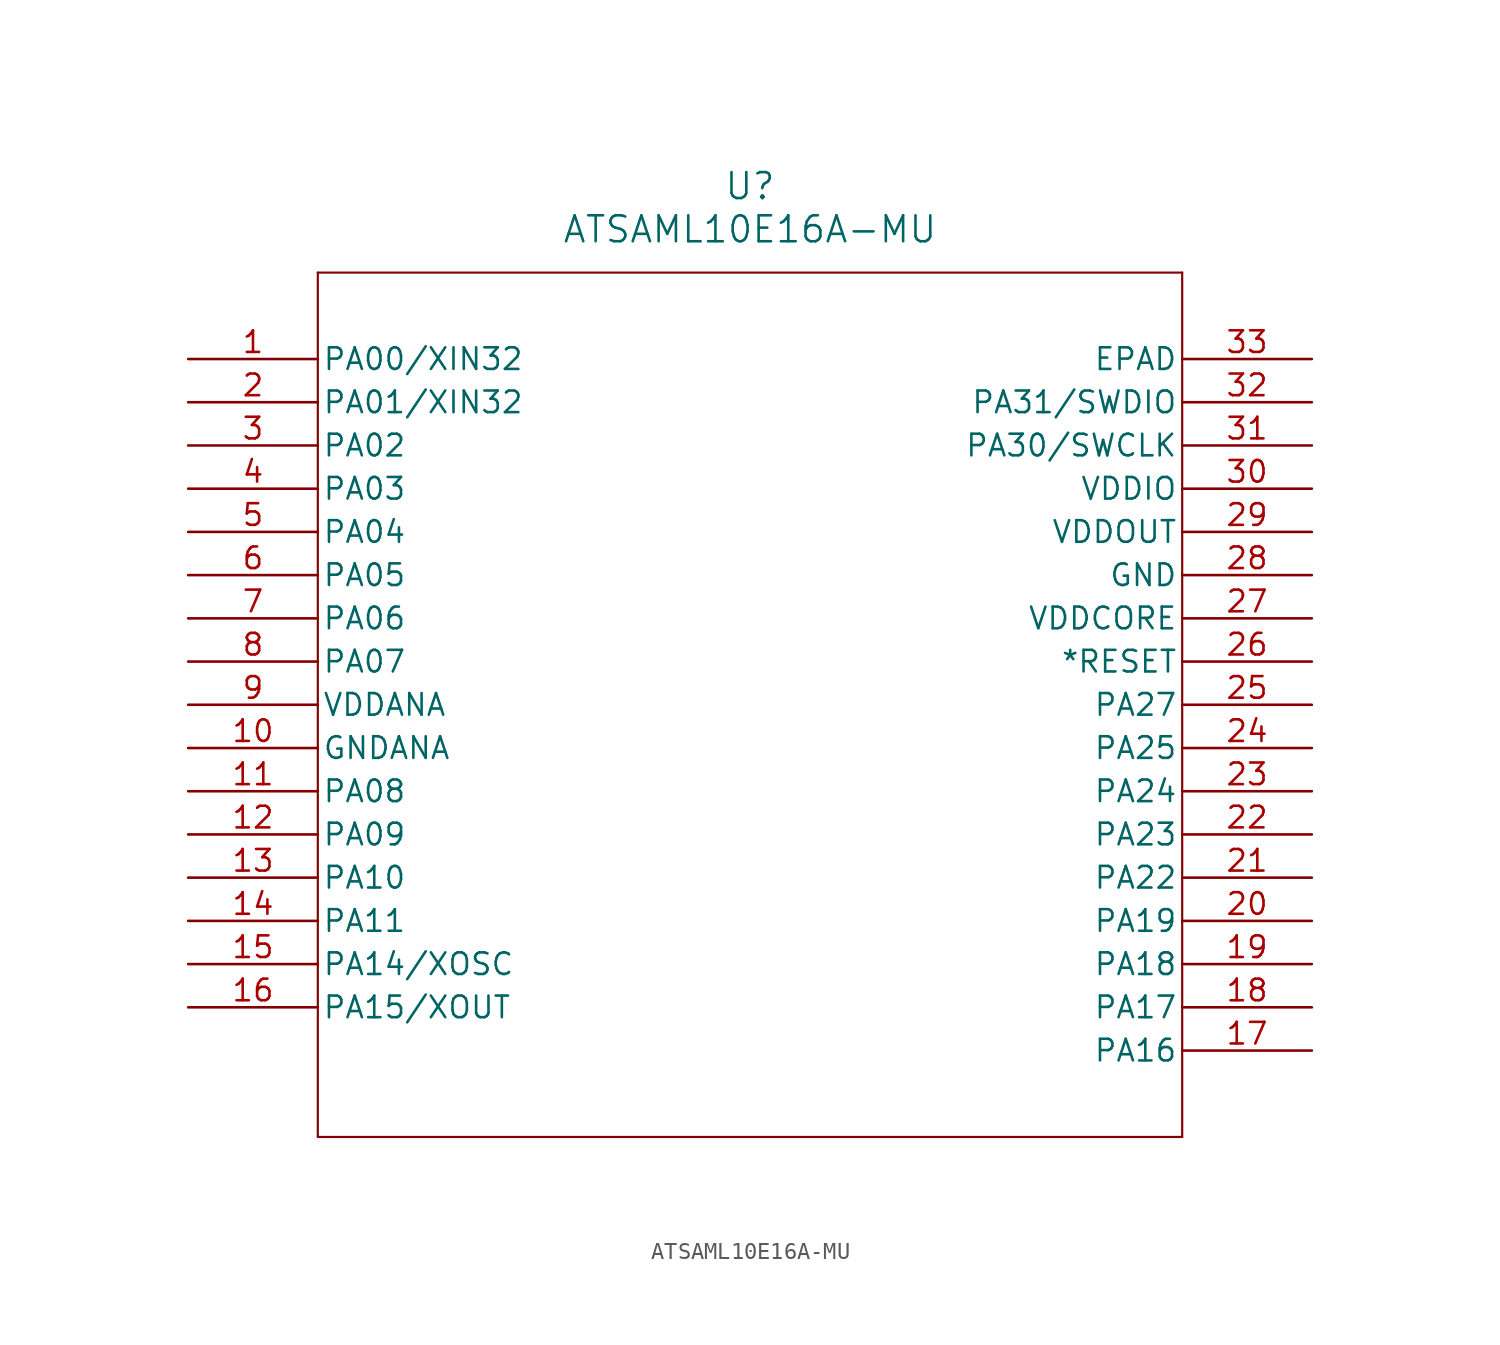
<source format=kicad_sym>
(kicad_symbol_lib
  (version 20211014)
  (generator kicad_symbol_editor)
  (symbol "ATSAML10E16A-MU"
    (pin_names
      (offset 0.254))
    (property "Reference" "U"
      (at 33.02 10.16 0)
      (effects (font (size 1.524 1.524))))
    (property "Value" "ATSAML10E16A-MU"
      (at 33.02 7.62 0)
      (effects (font (size 1.524 1.524))))
    (symbol "ATSAML10E16A-MU_0_1"
      (polyline (pts (xy 7.62 5.08) (xy 7.62 -45.72)) (stroke (width 0.127) (type default) (color 0 0 0 0)) (fill (type none)))
      (polyline (pts (xy 7.62 -45.72) (xy 58.42 -45.72)) (stroke (width 0.127) (type default) (color 0 0 0 0)) (fill (type none)))
      (polyline (pts (xy 58.42 -45.72) (xy 58.42 5.08)) (stroke (width 0.127) (type default) (color 0 0 0 0)) (fill (type none)))
      (polyline (pts (xy 58.42 5.08) (xy 7.62 5.08)) (stroke (width 0.127) (type default) (color 0 0 0 0)) (fill (type none)))
      (pin input line (at 0 0 0) (length 7.62) (name "PA00/XIN32" (effects (font (size 1.27 1.27)))) (number "1" (effects (font (size 1.27 1.27)))))
      (pin input line (at 0 -2.54 0) (length 7.62) (name "PA01/XIN32" (effects (font (size 1.27 1.27)))) (number "2" (effects (font (size 1.27 1.27)))))
      (pin bidirectional line (at 0 -5.08 0) (length 7.62) (name "PA02" (effects (font (size 1.27 1.27)))) (number "3" (effects (font (size 1.27 1.27)))))
      (pin bidirectional line (at 0 -7.62 0) (length 7.62) (name "PA03" (effects (font (size 1.27 1.27)))) (number "4" (effects (font (size 1.27 1.27)))))
      (pin bidirectional line (at 0 -10.16 0) (length 7.62) (name "PA04" (effects (font (size 1.27 1.27)))) (number "5" (effects (font (size 1.27 1.27)))))
      (pin bidirectional line (at 0 -12.7 0) (length 7.62) (name "PA05" (effects (font (size 1.27 1.27)))) (number "6" (effects (font (size 1.27 1.27)))))
      (pin bidirectional line (at 0 -15.24 0) (length 7.62) (name "PA06" (effects (font (size 1.27 1.27)))) (number "7" (effects (font (size 1.27 1.27)))))
      (pin bidirectional line (at 0 -17.78 0) (length 7.62) (name "PA07" (effects (font (size 1.27 1.27)))) (number "8" (effects (font (size 1.27 1.27)))))
      (pin power_in line (at 0 -20.32 0) (length 7.62) (name "VDDANA" (effects (font (size 1.27 1.27)))) (number "9" (effects (font (size 1.27 1.27)))))
      (pin power_out line (at 0 -22.86 0) (length 7.62) (name "GNDANA" (effects (font (size 1.27 1.27)))) (number "10" (effects (font (size 1.27 1.27)))))
      (pin bidirectional line (at 0 -25.4 0) (length 7.62) (name "PA08" (effects (font (size 1.27 1.27)))) (number "11" (effects (font (size 1.27 1.27)))))
      (pin bidirectional line (at 0 -27.94 0) (length 7.62) (name "PA09" (effects (font (size 1.27 1.27)))) (number "12" (effects (font (size 1.27 1.27)))))
      (pin bidirectional line (at 0 -30.48 0) (length 7.62) (name "PA10" (effects (font (size 1.27 1.27)))) (number "13" (effects (font (size 1.27 1.27)))))
      (pin bidirectional line (at 0 -33.02 0) (length 7.62) (name "PA11" (effects (font (size 1.27 1.27)))) (number "14" (effects (font (size 1.27 1.27)))))
      (pin bidirectional line (at 0 -35.56 0) (length 7.62) (name "PA14/XOSC" (effects (font (size 1.27 1.27)))) (number "15" (effects (font (size 1.27 1.27)))))
      (pin output line (at 0 -38.1 0) (length 7.62) (name "PA15/XOUT" (effects (font (size 1.27 1.27)))) (number "16" (effects (font (size 1.27 1.27)))))
      (pin bidirectional line (at 66.04 -40.64 180) (length 7.62) (name "PA16" (effects (font (size 1.27 1.27)))) (number "17" (effects (font (size 1.27 1.27)))))
      (pin bidirectional line (at 66.04 -38.1 180) (length 7.62) (name "PA17" (effects (font (size 1.27 1.27)))) (number "18" (effects (font (size 1.27 1.27)))))
      (pin bidirectional line (at 66.04 -35.56 180) (length 7.62) (name "PA18" (effects (font (size 1.27 1.27)))) (number "19" (effects (font (size 1.27 1.27)))))
      (pin bidirectional line (at 66.04 -33.02 180) (length 7.62) (name "PA19" (effects (font (size 1.27 1.27)))) (number "20" (effects (font (size 1.27 1.27)))))
      (pin bidirectional line (at 66.04 -30.48 180) (length 7.62) (name "PA22" (effects (font (size 1.27 1.27)))) (number "21" (effects (font (size 1.27 1.27)))))
      (pin bidirectional line (at 66.04 -27.94 180) (length 7.62) (name "PA23" (effects (font (size 1.27 1.27)))) (number "22" (effects (font (size 1.27 1.27)))))
      (pin bidirectional line (at 66.04 -25.4 180) (length 7.62) (name "PA24" (effects (font (size 1.27 1.27)))) (number "23" (effects (font (size 1.27 1.27)))))
      (pin bidirectional line (at 66.04 -22.86 180) (length 7.62) (name "PA25" (effects (font (size 1.27 1.27)))) (number "24" (effects (font (size 1.27 1.27)))))
      (pin bidirectional line (at 66.04 -20.32 180) (length 7.62) (name "PA27" (effects (font (size 1.27 1.27)))) (number "25" (effects (font (size 1.27 1.27)))))
      (pin unspecified line (at 66.04 -17.78 180) (length 7.62) (name "*RESET" (effects (font (size 1.27 1.27)))) (number "26" (effects (font (size 1.27 1.27)))))
      (pin power_in line (at 66.04 -15.24 180) (length 7.62) (name "VDDCORE" (effects (font (size 1.27 1.27)))) (number "27" (effects (font (size 1.27 1.27)))))
      (pin power_out line (at 66.04 -12.7 180) (length 7.62) (name "GND" (effects (font (size 1.27 1.27)))) (number "28" (effects (font (size 1.27 1.27)))))
      (pin output line (at 66.04 -10.16 180) (length 7.62) (name "VDDOUT" (effects (font (size 1.27 1.27)))) (number "29" (effects (font (size 1.27 1.27)))))
      (pin power_in line (at 66.04 -7.62 180) (length 7.62) (name "VDDIO" (effects (font (size 1.27 1.27)))) (number "30" (effects (font (size 1.27 1.27)))))
      (pin bidirectional line (at 66.04 -5.08 180) (length 7.62) (name "PA30/SWCLK" (effects (font (size 1.27 1.27)))) (number "31" (effects (font (size 1.27 1.27)))))
      (pin bidirectional line (at 66.04 -2.54 180) (length 7.62) (name "PA31/SWDIO" (effects (font (size 1.27 1.27)))) (number "32" (effects (font (size 1.27 1.27)))))
      (pin unspecified line (at 66.04 0 180) (length 7.62) (name "EPAD" (effects (font (size 1.27 1.27)))) (number "33" (effects (font (size 1.27 1.27))))))))
</source>
